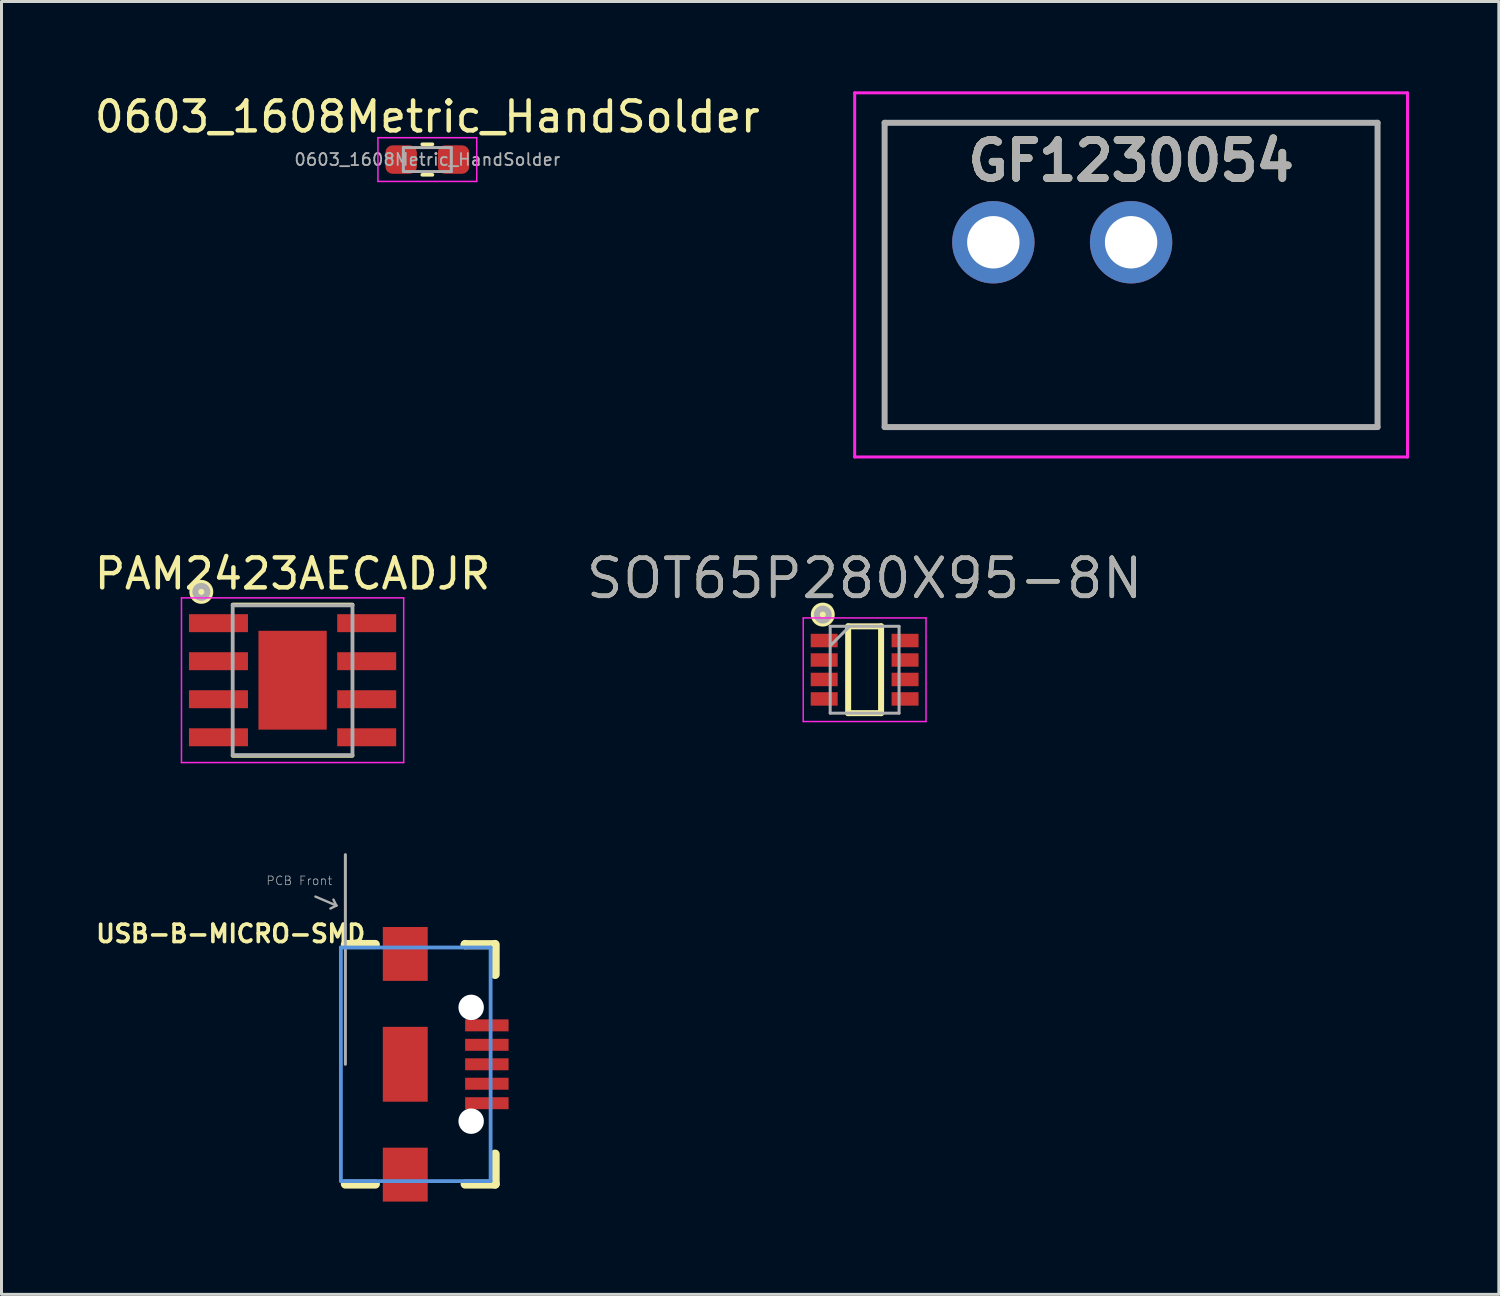
<source format=kicad_pcb>
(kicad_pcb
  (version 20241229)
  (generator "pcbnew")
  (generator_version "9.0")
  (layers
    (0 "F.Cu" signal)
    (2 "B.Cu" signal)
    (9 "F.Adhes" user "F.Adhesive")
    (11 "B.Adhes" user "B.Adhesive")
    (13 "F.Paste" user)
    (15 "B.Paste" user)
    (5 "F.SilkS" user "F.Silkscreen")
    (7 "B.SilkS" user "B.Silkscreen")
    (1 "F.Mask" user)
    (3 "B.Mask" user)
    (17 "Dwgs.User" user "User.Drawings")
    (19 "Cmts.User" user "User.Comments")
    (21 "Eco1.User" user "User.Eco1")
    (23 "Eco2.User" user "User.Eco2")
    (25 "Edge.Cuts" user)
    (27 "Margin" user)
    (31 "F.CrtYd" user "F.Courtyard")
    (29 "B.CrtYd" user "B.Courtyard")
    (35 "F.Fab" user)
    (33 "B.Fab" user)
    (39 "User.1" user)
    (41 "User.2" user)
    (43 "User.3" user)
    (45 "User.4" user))
  (footprint "PAM2423AECADJR"
    (layer "F.Cu")
    (at 6.72 19.664)
    (property "Reference" "PAM2423AECADJR" (at 0 -3.556 0) (layer "F.SilkS") (effects (font (size 1 1) (thickness 0.15))))
    (attr smd)
    (fp_line (start -2 -2.525) (end 2 -2.525) (stroke (width 0.127) (type solid)) (layer "F.SilkS"))
    (fp_line (start -2 2.525) (end 2 2.525) (stroke (width 0.127) (type solid)) (layer "F.SilkS"))
    (fp_circle (center -3.048 -2.95) (end -2.848 -2.95) (stroke (width 0.4) (type solid)) (fill no) (layer "F.SilkS"))
    (fp_line (start -3.71 -2.75) (end -3.71 2.75) (stroke (width 0.05) (type solid)) (layer "F.CrtYd"))
    (fp_line (start -3.71 -2.75) (end 3.71 -2.75) (stroke (width 0.05) (type solid)) (layer "F.CrtYd"))
    (fp_line (start -3.71 2.75) (end 3.71 2.75) (stroke (width 0.05) (type solid)) (layer "F.CrtYd"))
    (fp_line (start 3.71 -2.75) (end 3.71 2.75) (stroke (width 0.05) (type solid)) (layer "F.CrtYd"))
    (fp_line (start -2 -2.5) (end -2 2.5) (stroke (width 0.127) (type solid)) (layer "F.Fab"))
    (fp_line (start -2 -2.5) (end 2 -2.5) (stroke (width 0.127) (type solid)) (layer "F.Fab"))
    (fp_line (start -2 2.5) (end 2 2.5) (stroke (width 0.127) (type solid)) (layer "F.Fab"))
    (fp_line (start 2 -2.5) (end 2 2.5) (stroke (width 0.127) (type solid)) (layer "F.Fab"))
    (fp_circle (center -3.048 -2.95) (end -2.848 -2.95) (stroke (width 0.2) (type solid)) (fill no) (layer "F.Fab"))
    (pad "1" smd rect (at -2.475 -1.905) (size 1.97 0.6) (layers "F.Cu" "F.Mask" "F.Paste"))
    (pad "2" smd rect (at -2.475 -0.635) (size 1.97 0.6) (layers "F.Cu" "F.Mask" "F.Paste"))
    (pad "3" smd rect (at -2.475 0.635) (size 1.97 0.6) (layers "F.Cu" "F.Mask" "F.Paste"))
    (pad "4" smd rect (at -2.475 1.905) (size 1.97 0.6) (layers "F.Cu" "F.Mask" "F.Paste"))
    (pad "5" smd rect (at 2.475 1.905) (size 1.97 0.6) (layers "F.Cu" "F.Mask" "F.Paste"))
    (pad "6" smd rect (at 2.475 0.635) (size 1.97 0.6) (layers "F.Cu" "F.Mask" "F.Paste"))
    (pad "7" smd rect (at 2.475 -0.635) (size 1.97 0.6) (layers "F.Cu" "F.Mask" "F.Paste"))
    (pad "8" smd rect (at 2.475 -1.905) (size 1.97 0.6) (layers "F.Cu" "F.Mask" "F.Paste"))
    (pad "9" smd rect (at 0 0) (size 2.28 3.3) (layers "F.Cu" "F.Mask" "F.Paste")))
  (footprint "0603_1608Metric_HandSolder"
    (layer "F.Cu")
    (at 11.22 2.278)
    (property "Reference" "0603_1608Metric_HandSolder" (at 0 -1.43 0) (layer "F.SilkS") (effects (font (size 1 1) (thickness 0.15))))
    (attr smd)
    (fp_line (start -0.171 -0.51) (end 0.171 -0.51) (stroke (width 0.12) (type solid)) (layer "F.SilkS"))
    (fp_line (start -0.171 0.51) (end 0.171 0.51) (stroke (width 0.12) (type solid)) (layer "F.SilkS"))
    (fp_line (start -1.65 -0.73) (end 1.65 -0.73) (stroke (width 0.05) (type solid)) (layer "F.CrtYd"))
    (fp_line (start -1.65 0.73) (end -1.65 -0.73) (stroke (width 0.05) (type solid)) (layer "F.CrtYd"))
    (fp_line (start 1.65 -0.73) (end 1.65 0.73) (stroke (width 0.05) (type solid)) (layer "F.CrtYd"))
    (fp_line (start 1.65 0.73) (end -1.65 0.73) (stroke (width 0.05) (type solid)) (layer "F.CrtYd"))
    (fp_line (start -0.8 -0.4) (end 0.8 -0.4) (stroke (width 0.1) (type solid)) (layer "F.Fab"))
    (fp_line (start -0.8 0.4) (end -0.8 -0.4) (stroke (width 0.1) (type solid)) (layer "F.Fab"))
    (fp_line (start 0.8 -0.4) (end 0.8 0.4) (stroke (width 0.1) (type solid)) (layer "F.Fab"))
    (fp_line (start 0.8 0.4) (end -0.8 0.4) (stroke (width 0.1) (type solid)) (layer "F.Fab"))
    (fp_text user "${REFERENCE}" (at 0 0 0) (layer "F.Fab") (effects (font (size 0.4 0.4) (thickness 0.06))))
    (pad "1" smd roundrect (at -0.875 0) (size 1.05 0.95) (layers "F.Cu" "F.Mask" "F.Paste") (roundrect_rratio 0.25))
    (pad "2" smd roundrect (at 0.875 0) (size 1.05 0.95) (layers "F.Cu" "F.Mask" "F.Paste") (roundrect_rratio 0.25)))
  (footprint "SOT65P280X95-8N"
    (layer "F.Cu")
    (at 25.822 19.314)
    (property "Reference" "SOT65P280X95-8N" (at 0 -3.048 0) (layer "F.SilkS") (effects (font (size 1.27 1.27) (thickness 0.15))))
    (attr smd)
    (fp_line (start -0.55 -1.45) (end 0.55 -1.45) (stroke (width 0.2) (type solid)) (layer "F.SilkS"))
    (fp_line (start -0.55 1.45) (end -0.55 -1.45) (stroke (width 0.2) (type solid)) (layer "F.SilkS"))
    (fp_line (start 0.55 -1.45) (end 0.55 1.45) (stroke (width 0.2) (type solid)) (layer "F.SilkS"))
    (fp_line (start 0.55 1.45) (end -0.55 1.45) (stroke (width 0.2) (type solid)) (layer "F.SilkS"))
    (fp_circle (center -1.397 -1.841) (end -1.197 -1.841) (stroke (width 0.4) (type solid)) (fill no) (layer "F.SilkS"))
    (fp_line (start -2.05 -1.73) (end 2.05 -1.73) (stroke (width 0.05) (type solid)) (layer "F.CrtYd"))
    (fp_line (start -2.05 1.73) (end -2.05 -1.73) (stroke (width 0.05) (type solid)) (layer "F.CrtYd"))
    (fp_line (start 2.05 -1.73) (end 2.05 1.73) (stroke (width 0.05) (type solid)) (layer "F.CrtYd"))
    (fp_line (start 2.05 1.73) (end -2.05 1.73) (stroke (width 0.05) (type solid)) (layer "F.CrtYd"))
    (fp_line (start -1.15 -1.45) (end 1.15 -1.45) (stroke (width 0.1) (type solid)) (layer "F.Fab"))
    (fp_line (start -1.15 -0.8) (end -0.5 -1.45) (stroke (width 0.1) (type solid)) (layer "F.Fab"))
    (fp_line (start -1.15 1.45) (end -1.15 -1.45) (stroke (width 0.1) (type solid)) (layer "F.Fab"))
    (fp_line (start 1.15 -1.45) (end 1.15 1.45) (stroke (width 0.1) (type solid)) (layer "F.Fab"))
    (fp_line (start 1.15 1.45) (end -1.15 1.45) (stroke (width 0.1) (type solid)) (layer "F.Fab"))
    (fp_circle (center -1.397 -1.841) (end -1.197 -1.841) (stroke (width 0.2) (type solid)) (fill no) (layer "F.Fab"))
    (fp_text user "${REFERENCE}" (at 0 -3.048 0) (layer "F.Fab") (effects (font (size 1.27 1.27) (thickness 0.15))))
    (pad "1" smd rect (at -1.35 -0.975 90) (size 0.45 0.9) (layers "F.Cu" "F.Mask" "F.Paste"))
    (pad "2" smd rect (at -1.35 -0.325 90) (size 0.45 0.9) (layers "F.Cu" "F.Mask" "F.Paste"))
    (pad "3" smd rect (at -1.35 0.325 90) (size 0.45 0.9) (layers "F.Cu" "F.Mask" "F.Paste"))
    (pad "4" smd rect (at -1.35 0.975 90) (size 0.45 0.9) (layers "F.Cu" "F.Mask" "F.Paste"))
    (pad "5" smd rect (at 1.35 0.975 90) (size 0.45 0.9) (layers "F.Cu" "F.Mask" "F.Paste"))
    (pad "6" smd rect (at 1.35 0.325 90) (size 0.45 0.9) (layers "F.Cu" "F.Mask" "F.Paste"))
    (pad "7" smd rect (at 1.35 -0.325 90) (size 0.45 0.9) (layers "F.Cu" "F.Mask" "F.Paste"))
    (pad "8" smd rect (at 1.35 -0.975 90) (size 0.45 0.9) (layers "F.Cu" "F.Mask" "F.Paste")))
  (footprint "GF1230054"
    (layer "F.Cu")
    (at 34.72 6.13)
    (property "Reference" "GF1230054" (at 0 -3.81 0) (layer "F.SilkS") (effects (font (size 1.27 1.27) (thickness 0.254))))
    (attr through_hole)
    (fp_line (start -8.23 -5.08) (end 8.23 -5.08) (stroke (width 0.1) (type solid)) (layer "F.SilkS"))
    (fp_line (start -8.23 5.08) (end -8.23 -5.08) (stroke (width 0.1) (type solid)) (layer "F.SilkS"))
    (fp_line (start 8.23 -5.08) (end 8.23 5.08) (stroke (width 0.1) (type solid)) (layer "F.SilkS"))
    (fp_line (start 8.23 5.08) (end -8.23 5.08) (stroke (width 0.1) (type solid)) (layer "F.SilkS"))
    (fp_line (start -9.23 -6.08) (end 9.23 -6.08) (stroke (width 0.1) (type solid)) (layer "F.CrtYd"))
    (fp_line (start -9.23 6.08) (end -9.23 -6.08) (stroke (width 0.1) (type solid)) (layer "F.CrtYd"))
    (fp_line (start 9.23 -6.08) (end 9.23 6.08) (stroke (width 0.1) (type solid)) (layer "F.CrtYd"))
    (fp_line (start 9.23 6.08) (end -9.23 6.08) (stroke (width 0.1) (type solid)) (layer "F.CrtYd"))
    (fp_line (start -8.23 -5.08) (end 8.23 -5.08) (stroke (width 0.2) (type solid)) (layer "F.Fab"))
    (fp_line (start -8.23 5.08) (end -8.23 -5.08) (stroke (width 0.2) (type solid)) (layer "F.Fab"))
    (fp_line (start 8.23 -5.08) (end 8.23 5.08) (stroke (width 0.2) (type solid)) (layer "F.Fab"))
    (fp_line (start 8.23 5.08) (end -8.23 5.08) (stroke (width 0.2) (type solid)) (layer "F.Fab"))
    (fp_text user "${REFERENCE}" (at 0 -3.81 0) (layer "F.Fab") (effects (font (size 1.27 1.27) (thickness 0.254))))
    (pad "1" thru_hole circle (at -4.6 -1.09) (size 2.75 2.75) (drill 1.75) (layers "*.Cu" "*.Mask"))
    (pad "2" thru_hole circle (at 0 -1.09) (size 2.75 2.75) (drill 1.75) (layers "*.Cu" "*.Mask")))
  (footprint "USB-B-MICRO-SMD"
    (layer "F.Cu")
    (at 10.483 32.489)
    (property "Reference" "USB-B-MICRO-SMD" (at -1.27 -4.699 0) (layer "F.SilkS") (effects (font (size 0.579 0.579) (thickness 0.122)) (justify right top)))
    (attr through_hole)
    (fp_poly (pts (xy -0.85 -2.684) (xy 0.85 -2.684) (xy 0.85 -4.684) (xy -0.85 -4.684)) (stroke (width 0) (type solid)) (fill yes) (layer "F.Mask"))
    (fp_poly (pts (xy -0.85 1.35) (xy 0.85 1.35) (xy 0.85 -1.35) (xy -0.85 -1.35)) (stroke (width 0) (type solid)) (fill yes) (layer "F.Mask"))
    (fp_poly (pts (xy -0.85 4.684) (xy 0.85 4.684) (xy 0.85 2.684) (xy -0.85 2.684)) (stroke (width 0) (type solid)) (fill yes) (layer "F.Mask"))
    (fp_line (start -1 -4) (end -2 -4) (stroke (width 0.305) (type solid)) (layer "F.SilkS"))
    (fp_line (start -1 4) (end -2 4) (stroke (width 0.305) (type solid)) (layer "F.SilkS"))
    (fp_line (start 2 -3.993) (end 2 -4) (stroke (width 0.305) (type solid)) (layer "F.SilkS"))
    (fp_line (start 2 4) (end 3 4) (stroke (width 0.305) (type solid)) (layer "F.SilkS"))
    (fp_line (start 2.982 -3.993) (end 2 -3.993) (stroke (width 0.305) (type solid)) (layer "F.SilkS"))
    (fp_line (start 3 -4) (end 3 -3) (stroke (width 0.305) (type solid)) (layer "F.SilkS"))
    (fp_line (start 3 4) (end 3 3) (stroke (width 0.305) (type solid)) (layer "F.SilkS"))
    (fp_poly (pts (xy -0.75 -2.784) (xy 0.75 -2.784) (xy 0.75 -4.584) (xy -0.75 -4.584)) (stroke (width 0) (type solid)) (fill yes) (layer "F.Paste"))
    (fp_poly (pts (xy -0.75 4.584) (xy 0.75 4.584) (xy 0.75 2.784) (xy -0.75 2.784)) (stroke (width 0) (type solid)) (fill yes) (layer "F.Paste"))
    (fp_poly (pts (xy -0.35 0.75) (xy 0.35 0.75) (xy 0.35 -0.75) (xy -0.35 -0.75)) (stroke (width 0) (type solid)) (fill yes) (layer "F.Paste"))
    (fp_line (start -2.15 -3.9) (end -2.15 3.9) (stroke (width 0.127) (type solid)) (layer "Cmts.User"))
    (fp_line (start 2.85 -3.9) (end -2.15 -3.9) (stroke (width 0.127) (type solid)) (layer "Cmts.User"))
    (fp_line (start 2.85 -3.9) (end 2.85 3.9) (stroke (width 0.127) (type solid)) (layer "Cmts.User"))
    (fp_line (start 2.85 3.9) (end -2.15 3.9) (stroke (width 0.127) (type solid)) (layer "Cmts.User"))
    (fp_line (start -3 -5.6) (end -2.3 -5.3) (stroke (width 0.08) (type solid)) (layer "F.Fab"))
    (fp_line (start -2.3 -5.3) (end -2.5 -5.2) (stroke (width 0.08) (type solid)) (layer "F.Fab"))
    (fp_line (start -2.3 -5.3) (end -2.4 -5.5) (stroke (width 0.08) (type solid)) (layer "F.Fab"))
    (fp_line (start -2 -7) (end -2 0) (stroke (width 0.1) (type solid)) (layer "F.Fab"))
    (fp_text user "PCB Front" (at -4.66 -5.96 0) (layer "F.Fab") (effects (font (size 0.29 0.29) (thickness 0.024)) (justify left bottom)))
    (pad "" np_thru_hole circle (at 2.2 -1.9) (size 0.85 0.85) (drill 0.85) (layers "*.Cu" "*.Mask"))
    (pad "" np_thru_hole circle (at 2.2 1.9) (size 0.85 0.85) (drill 0.85) (layers "*.Cu" "*.Mask"))
    (pad "D+" smd rect (at 2.725 0 90) (size 0.4 1.45) (layers "F.Cu" "F.Mask" "F.Paste"))
    (pad "D-" smd rect (at 2.725 -0.65 90) (size 0.4 1.45) (layers "F.Cu" "F.Mask" "F.Paste"))
    (pad "GND" smd rect (at 2.725 1.3 90) (size 0.4 1.45) (layers "F.Cu" "F.Mask" "F.Paste"))
    (pad "ID" smd rect (at 2.725 0.65 90) (size 0.4 1.45) (layers "F.Cu" "F.Mask" "F.Paste"))
    (pad "SHIELD1" smd rect (at 0 -3.685 90) (size 1.8 1.5) (layers "F.Cu" "F.Mask"))
    (pad "SHIELD2" smd rect (at 0 3.685 90) (size 1.8 1.5) (layers "F.Cu" "F.Mask"))
    (pad "SHIELD3" smd rect (at 0 0 90) (size 2.5 1.5) (layers "F.Cu" "F.Mask"))
    (pad "VBUS" smd rect (at 2.725 -1.3 90) (size 0.4 1.45) (layers "F.Cu" "F.Mask" "F.Paste")))
  (gr_rect
    (start -3 -3)
    (end 47 40.173)
    (stroke (width 0.1) (type default))
    (fill no)
    (layer "Edge.Cuts")))
</source>
